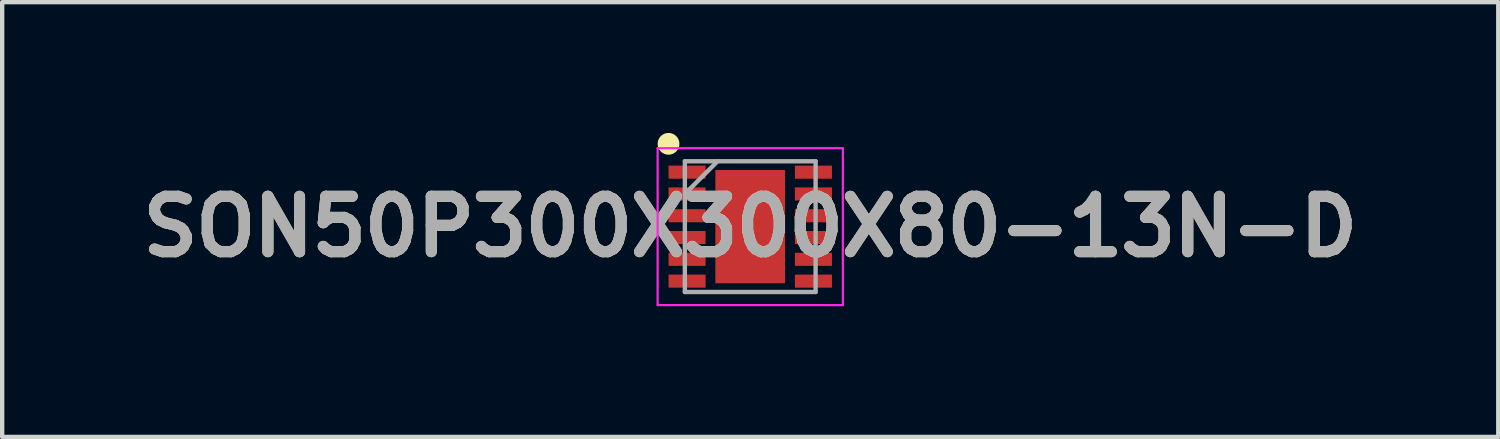
<source format=kicad_pcb>
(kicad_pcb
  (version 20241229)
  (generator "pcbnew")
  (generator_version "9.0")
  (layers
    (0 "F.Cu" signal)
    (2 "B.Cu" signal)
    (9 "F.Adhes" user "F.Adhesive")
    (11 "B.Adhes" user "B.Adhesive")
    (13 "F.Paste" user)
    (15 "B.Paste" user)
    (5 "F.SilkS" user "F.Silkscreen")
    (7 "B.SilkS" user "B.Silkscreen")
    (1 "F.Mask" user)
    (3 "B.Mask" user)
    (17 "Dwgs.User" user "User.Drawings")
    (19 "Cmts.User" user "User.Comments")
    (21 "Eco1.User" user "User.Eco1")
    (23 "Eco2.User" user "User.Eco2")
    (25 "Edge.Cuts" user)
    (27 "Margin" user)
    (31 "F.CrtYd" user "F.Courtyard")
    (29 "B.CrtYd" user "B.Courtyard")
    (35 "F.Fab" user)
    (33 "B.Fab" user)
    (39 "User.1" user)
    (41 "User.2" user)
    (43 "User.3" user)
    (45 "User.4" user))
  (footprint "SON50P300X300X80-13N-D"
    (layer "F.Cu")
    (at 14.164 2.15)
    (property "Reference" "SON50P300X300X80-13N-D" (at 0 0 0) (layer "F.SilkS") (effects (font (size 1.27 1.27) (thickness 0.254))))
    (attr smd)
    (fp_circle (center -1.875 -1.9) (end -1.875 -1.775) (stroke (width 0.25) (type solid)) (fill no) (layer "F.SilkS"))
    (fp_line (start -2.125 -1.8) (end 2.125 -1.8) (stroke (width 0.05) (type solid)) (layer "F.CrtYd"))
    (fp_line (start -2.125 1.8) (end -2.125 -1.8) (stroke (width 0.05) (type solid)) (layer "F.CrtYd"))
    (fp_line (start 2.125 -1.8) (end 2.125 1.8) (stroke (width 0.05) (type solid)) (layer "F.CrtYd"))
    (fp_line (start 2.125 1.8) (end -2.125 1.8) (stroke (width 0.05) (type solid)) (layer "F.CrtYd"))
    (fp_line (start -1.5 -1.5) (end 1.5 -1.5) (stroke (width 0.1) (type solid)) (layer "F.Fab"))
    (fp_line (start -1.5 -0.75) (end -0.75 -1.5) (stroke (width 0.1) (type solid)) (layer "F.Fab"))
    (fp_line (start -1.5 1.5) (end -1.5 -1.5) (stroke (width 0.1) (type solid)) (layer "F.Fab"))
    (fp_line (start 1.5 -1.5) (end 1.5 1.5) (stroke (width 0.1) (type solid)) (layer "F.Fab"))
    (fp_line (start 1.5 1.5) (end -1.5 1.5) (stroke (width 0.1) (type solid)) (layer "F.Fab"))
    (fp_text user "${REFERENCE}" (at 0 0 0) (layer "F.Fab") (effects (font (size 1.27 1.27) (thickness 0.254))))
    (pad "1" smd rect (at -1.45 -1.25 90) (size 0.3 0.85) (layers "F.Cu" "F.Mask" "F.Paste"))
    (pad "2" smd rect (at -1.45 -0.75 90) (size 0.3 0.85) (layers "F.Cu" "F.Mask" "F.Paste"))
    (pad "3" smd rect (at -1.45 -0.25 90) (size 0.3 0.85) (layers "F.Cu" "F.Mask" "F.Paste"))
    (pad "4" smd rect (at -1.45 0.25 90) (size 0.3 0.85) (layers "F.Cu" "F.Mask" "F.Paste"))
    (pad "5" smd rect (at -1.45 0.75 90) (size 0.3 0.85) (layers "F.Cu" "F.Mask" "F.Paste"))
    (pad "6" smd rect (at -1.45 1.25 90) (size 0.3 0.85) (layers "F.Cu" "F.Mask" "F.Paste"))
    (pad "7" smd rect (at 1.45 1.25 90) (size 0.3 0.85) (layers "F.Cu" "F.Mask" "F.Paste"))
    (pad "8" smd rect (at 1.45 0.75 90) (size 0.3 0.85) (layers "F.Cu" "F.Mask" "F.Paste"))
    (pad "9" smd rect (at 1.45 0.25 90) (size 0.3 0.85) (layers "F.Cu" "F.Mask" "F.Paste"))
    (pad "10" smd rect (at 1.45 -0.25 90) (size 0.3 0.85) (layers "F.Cu" "F.Mask" "F.Paste"))
    (pad "11" smd rect (at 1.45 -0.75 90) (size 0.3 0.85) (layers "F.Cu" "F.Mask" "F.Paste"))
    (pad "12" smd rect (at 1.45 -1.25 90) (size 0.3 0.85) (layers "F.Cu" "F.Mask" "F.Paste"))
    (pad "13" smd rect (at 0 0) (size 1.6 2.6) (layers "F.Cu" "F.Mask" "F.Paste")))
  (gr_rect
    (start -3 -3)
    (end 31.327 6.975)
    (stroke (width 0.1) (type default))
    (fill no)
    (layer "Edge.Cuts")))
</source>
